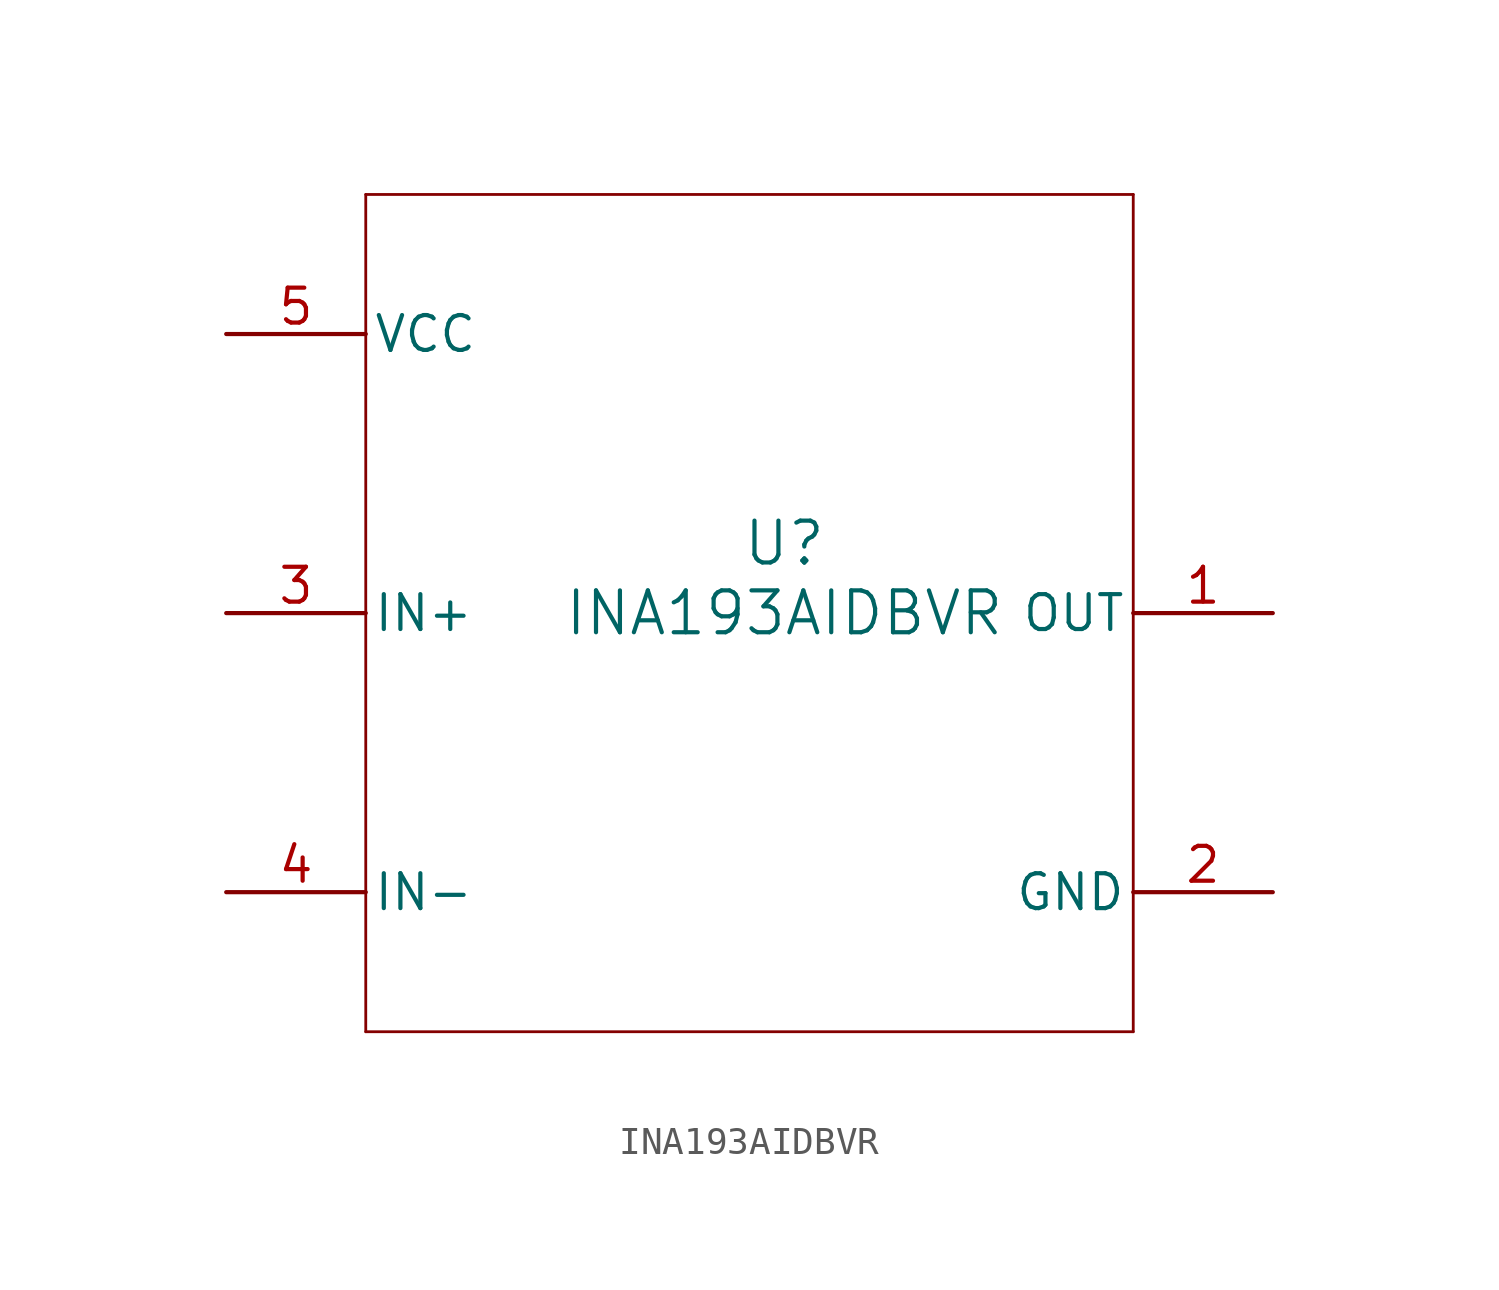
<source format=kicad_sym>
(kicad_symbol_lib
  (version 20211014)
  (generator kicad_symbol_editor)
  (symbol "INA193AIDBVR"
    (pin_names
      (offset 0.254))
    (property "Reference" "U"
      (at 0 2.54 0)
      (effects (font (size 1.524 1.524))))
    (property "Value" "INA193AIDBVR"
      (at 0 0 0)
      (effects (font (size 1.524 1.524))))
    (symbol "INA193AIDBVR_0_1"
      (polyline (pts (xy -15.24 -15.24) (xy 12.7 -15.24)) (stroke (width 0.102) (type default) (color 0 0 0 0)) (fill (type none)))
      (polyline (pts (xy 12.7 -15.24) (xy 12.7 15.24)) (stroke (width 0.102) (type default) (color 0 0 0 0)) (fill (type none)))
      (polyline (pts (xy 12.7 15.24) (xy -15.24 15.24)) (stroke (width 0.102) (type default) (color 0 0 0 0)) (fill (type none)))
      (polyline (pts (xy -15.24 15.24) (xy -15.24 -15.24)) (stroke (width 0.102) (type default) (color 0 0 0 0)) (fill (type none)))
      (pin input line (at -20.32 0 0) (length 5.08) (name "IN+" (effects (font (size 1.27 1.27)))) (number "3" (effects (font (size 1.27 1.27)))))
      (pin input line (at -20.32 -10.16 0) (length 5.08) (name "IN-" (effects (font (size 1.27 1.27)))) (number "4" (effects (font (size 1.27 1.27)))))
      (pin power_in line (at 17.78 -10.16 180) (length 5.08) (name "GND" (effects (font (size 1.27 1.27)))) (number "2" (effects (font (size 1.27 1.27)))))
      (pin output line (at 17.78 0 180) (length 5.08) (name "OUT" (effects (font (size 1.27 1.27)))) (number "1" (effects (font (size 1.27 1.27)))))
      (pin power_in line (at -20.32 10.16 0) (length 5.08) (name "VCC" (effects (font (size 1.27 1.27)))) (number "5" (effects (font (size 1.27 1.27))))))))
</source>
